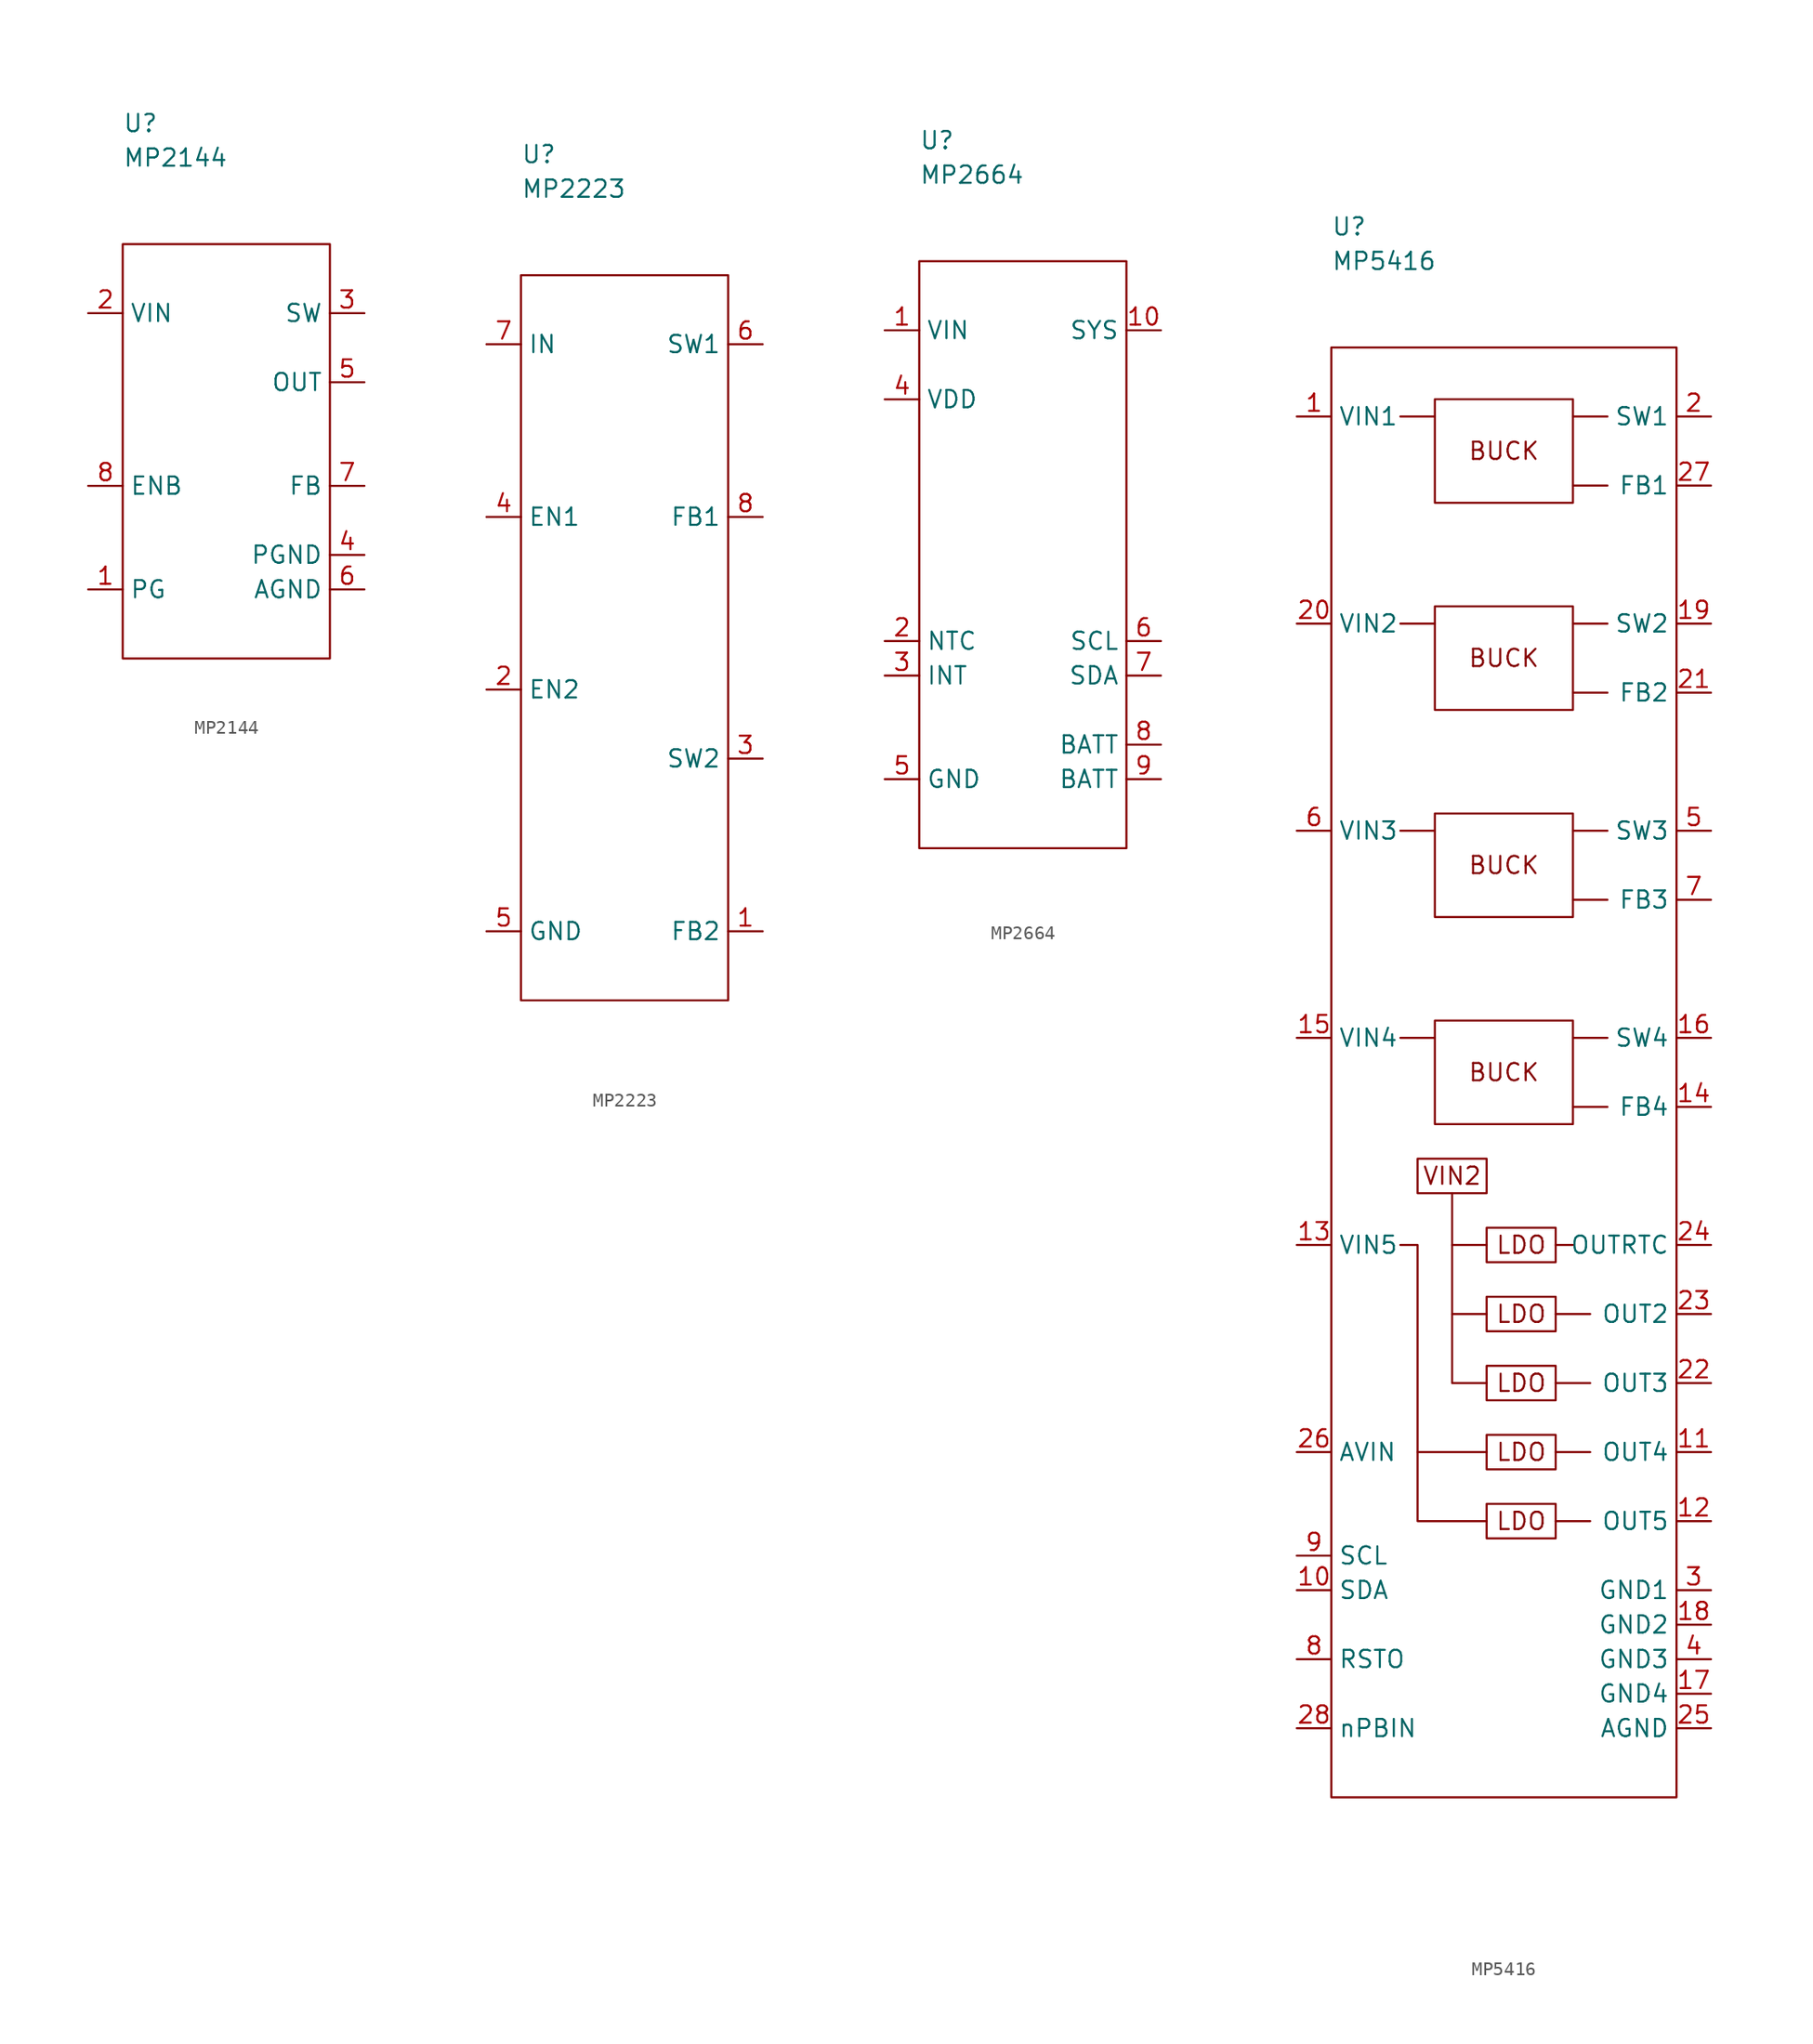
<source format=kicad_sym>
(kicad_symbol_lib
  (version 20211014)
  (generator kicad_symbol_editor)
  (symbol "MP2144"
    (property "Reference" "U"
      (at 0 8.89 0)
      (effects (font (size 1.27 1.27)) (justify left)))
    (property "Value" "MP2144"
      (at 0 6.35 0)
      (effects (font (size 1.27 1.27)) (justify left)))
    (symbol "MP2144_0_1"
      (rectangle (start 0 0) (end 15.24 -30.48) (stroke (width 0.152) (type default) (color 0 0 0 0)) (fill (type none))))
    (symbol "MP2144_1_1"
      (pin passive line (at -2.54 -25.4 0) (length 2.54) (name "PG" (effects (font (size 1.27 1.27)))) (number "1" (effects (font (size 1.27 1.27)))))
      (pin passive line (at -2.54 -5.08 0) (length 2.54) (name "VIN" (effects (font (size 1.27 1.27)))) (number "2" (effects (font (size 1.27 1.27)))))
      (pin passive line (at 17.78 -5.08 180) (length 2.54) (name "SW" (effects (font (size 1.27 1.27)))) (number "3" (effects (font (size 1.27 1.27)))))
      (pin passive line (at 17.78 -22.86 180) (length 2.54) (name "PGND" (effects (font (size 1.27 1.27)))) (number "4" (effects (font (size 1.27 1.27)))))
      (pin passive line (at 17.78 -10.16 180) (length 2.54) (name "OUT" (effects (font (size 1.27 1.27)))) (number "5" (effects (font (size 1.27 1.27)))))
      (pin passive line (at 17.78 -25.4 180) (length 2.54) (name "AGND" (effects (font (size 1.27 1.27)))) (number "6" (effects (font (size 1.27 1.27)))))
      (pin passive line (at 17.78 -17.78 180) (length 2.54) (name "FB" (effects (font (size 1.27 1.27)))) (number "7" (effects (font (size 1.27 1.27)))))
      (pin passive line (at -2.54 -17.78 0) (length 2.54) (name "ENB" (effects (font (size 1.27 1.27)))) (number "8" (effects (font (size 1.27 1.27)))))))
  (symbol "MP2223"
    (property "Reference" "U"
      (at 0 8.89 0)
      (effects (font (size 1.27 1.27)) (justify left)))
    (property "Value" "MP2223"
      (at 0 6.35 0)
      (effects (font (size 1.27 1.27)) (justify left)))
    (symbol "MP2223_0_1"
      (rectangle (start 0 0) (end 15.24 -53.34) (stroke (width 0.152) (type default) (color 0 0 0 0)) (fill (type none))))
    (symbol "MP2223_1_1"
      (pin passive line (at 17.78 -48.26 180) (length 2.54) (name "FB2" (effects (font (size 1.27 1.27)))) (number "1" (effects (font (size 1.27 1.27)))))
      (pin passive line (at -2.54 -30.48 0) (length 2.54) (name "EN2" (effects (font (size 1.27 1.27)))) (number "2" (effects (font (size 1.27 1.27)))))
      (pin passive line (at 17.78 -35.56 180) (length 2.54) (name "SW2" (effects (font (size 1.27 1.27)))) (number "3" (effects (font (size 1.27 1.27)))))
      (pin passive line (at -2.54 -17.78 0) (length 2.54) (name "EN1" (effects (font (size 1.27 1.27)))) (number "4" (effects (font (size 1.27 1.27)))))
      (pin passive line (at -2.54 -48.26 0) (length 2.54) (name "GND" (effects (font (size 1.27 1.27)))) (number "5" (effects (font (size 1.27 1.27)))))
      (pin passive line (at 17.78 -5.08 180) (length 2.54) (name "SW1" (effects (font (size 1.27 1.27)))) (number "6" (effects (font (size 1.27 1.27)))))
      (pin passive line (at -2.54 -5.08 0) (length 2.54) (name "IN" (effects (font (size 1.27 1.27)))) (number "7" (effects (font (size 1.27 1.27)))))
      (pin passive line (at 17.78 -17.78 180) (length 2.54) (name "FB1" (effects (font (size 1.27 1.27)))) (number "8" (effects (font (size 1.27 1.27)))))))
  (symbol "MP2664"
    (property "Reference" "U"
      (at 0 8.89 0)
      (effects (font (size 1.27 1.27)) (justify left)))
    (property "Value" "MP2664"
      (at 0 6.35 0)
      (effects (font (size 1.27 1.27)) (justify left)))
    (symbol "MP2664_0_1"
      (rectangle (start 0 0) (end 15.24 -43.18) (stroke (width 0) (type default) (color 0 0 0 0)) (fill (type none))))
    (symbol "MP2664_1_1"
      (pin passive line (at -2.54 -5.08 0) (length 2.54) (name "VIN" (effects (font (size 1.27 1.27)))) (number "1" (effects (font (size 1.27 1.27)))))
      (pin passive line (at 17.78 -5.08 180) (length 2.54) (name "SYS" (effects (font (size 1.27 1.27)))) (number "10" (effects (font (size 1.27 1.27)))))
      (pin passive line (at -2.54 -27.94 0) (length 2.54) (name "NTC" (effects (font (size 1.27 1.27)))) (number "2" (effects (font (size 1.27 1.27)))))
      (pin passive line (at -2.54 -30.48 0) (length 2.54) (name "INT" (effects (font (size 1.27 1.27)))) (number "3" (effects (font (size 1.27 1.27)))))
      (pin passive line (at -2.54 -10.16 0) (length 2.54) (name "VDD" (effects (font (size 1.27 1.27)))) (number "4" (effects (font (size 1.27 1.27)))))
      (pin passive line (at -2.54 -38.1 0) (length 2.54) (name "GND" (effects (font (size 1.27 1.27)))) (number "5" (effects (font (size 1.27 1.27)))))
      (pin passive line (at 17.78 -27.94 180) (length 2.54) (name "SCL" (effects (font (size 1.27 1.27)))) (number "6" (effects (font (size 1.27 1.27)))))
      (pin passive line (at 17.78 -30.48 180) (length 2.54) (name "SDA" (effects (font (size 1.27 1.27)))) (number "7" (effects (font (size 1.27 1.27)))))
      (pin passive line (at 17.78 -35.56 180) (length 2.54) (name "BATT" (effects (font (size 1.27 1.27)))) (number "8" (effects (font (size 1.27 1.27)))))
      (pin passive line (at 17.78 -38.1 180) (length 2.54) (name "BATT" (effects (font (size 1.27 1.27)))) (number "9" (effects (font (size 1.27 1.27)))))))
  (symbol "MP5416"
    (property "Reference" "U"
      (at 0 8.89 0)
      (effects (font (size 1.27 1.27)) (justify left)))
    (property "Value" "MP5416"
      (at 0 6.35 0)
      (effects (font (size 1.27 1.27)) (justify left)))
    (symbol "MP5416_0_0"
      (polyline (pts (xy 5.08 -50.8) (xy 7.62 -50.8)) (stroke (width 0) (type default) (color 0 0 0 0)) (fill (type none)))
      (polyline (pts (xy 5.08 -35.56) (xy 7.62 -35.56)) (stroke (width 0) (type default) (color 0 0 0 0)) (fill (type none)))
      (polyline (pts (xy 5.08 -20.32) (xy 7.62 -20.32)) (stroke (width 0) (type default) (color 0 0 0 0)) (fill (type none)))
      (polyline (pts (xy 5.08 -5.08) (xy 7.62 -5.08)) (stroke (width 0) (type default) (color 0 0 0 0)) (fill (type none)))
      (polyline (pts (xy 8.89 -66.04) (xy 8.89 -62.23)) (stroke (width 0) (type default) (color 0 0 0 0)) (fill (type none)))
      (polyline (pts (xy 11.43 -81.28) (xy 6.35 -81.28)) (stroke (width 0) (type default) (color 0 0 0 0)) (fill (type none)))
      (polyline (pts (xy 11.43 -71.12) (xy 8.89 -71.12)) (stroke (width 0) (type default) (color 0 0 0 0)) (fill (type none)))
      (polyline (pts (xy 11.43 -66.04) (xy 8.89 -66.04)) (stroke (width 0) (type default) (color 0 0 0 0)) (fill (type none)))
      (polyline (pts (xy 17.78 -66.04) (xy 16.51 -66.04)) (stroke (width 0) (type default) (color 0 0 0 0)) (fill (type none)))
      (polyline (pts (xy 19.05 -86.36) (xy 16.51 -86.36)) (stroke (width 0) (type default) (color 0 0 0 0)) (fill (type none)))
      (polyline (pts (xy 19.05 -81.28) (xy 16.51 -81.28)) (stroke (width 0) (type default) (color 0 0 0 0)) (fill (type none)))
      (polyline (pts (xy 19.05 -76.2) (xy 16.51 -76.2)) (stroke (width 0) (type default) (color 0 0 0 0)) (fill (type none)))
      (polyline (pts (xy 19.05 -71.12) (xy 16.51 -71.12)) (stroke (width 0) (type default) (color 0 0 0 0)) (fill (type none)))
      (polyline (pts (xy 20.32 -55.88) (xy 17.78 -55.88)) (stroke (width 0) (type default) (color 0 0 0 0)) (fill (type none)))
      (polyline (pts (xy 20.32 -50.8) (xy 17.78 -50.8)) (stroke (width 0) (type default) (color 0 0 0 0)) (fill (type none)))
      (polyline (pts (xy 20.32 -40.64) (xy 17.78 -40.64)) (stroke (width 0) (type default) (color 0 0 0 0)) (fill (type none)))
      (polyline (pts (xy 20.32 -35.56) (xy 17.78 -35.56)) (stroke (width 0) (type default) (color 0 0 0 0)) (fill (type none)))
      (polyline (pts (xy 20.32 -25.4) (xy 17.78 -25.4)) (stroke (width 0) (type default) (color 0 0 0 0)) (fill (type none)))
      (polyline (pts (xy 20.32 -20.32) (xy 17.78 -20.32)) (stroke (width 0) (type default) (color 0 0 0 0)) (fill (type none)))
      (polyline (pts (xy 20.32 -10.16) (xy 17.78 -10.16)) (stroke (width 0) (type default) (color 0 0 0 0)) (fill (type none)))
      (polyline (pts (xy 20.32 -5.08) (xy 17.78 -5.08)) (stroke (width 0) (type default) (color 0 0 0 0)) (fill (type none)))
      (polyline (pts (xy 11.43 -76.2) (xy 8.89 -76.2) (xy 8.89 -66.04)) (stroke (width 0) (type default) (color 0 0 0 0)) (fill (type none)))
      (polyline (pts (xy 11.43 -86.36) (xy 6.35 -86.36) (xy 6.35 -66.04) (xy 5.08 -66.04)) (stroke (width 0) (type default) (color 0 0 0 0)) (fill (type none)))
      (rectangle (start 6.35 -59.69) (end 11.43 -62.23) (stroke (width 0) (type default) (color 0 0 0 0)) (fill (type none)))
      (rectangle (start 7.62 -49.53) (end 17.78 -57.15) (stroke (width 0) (type default) (color 0 0 0 0)) (fill (type none)))
      (rectangle (start 7.62 -34.29) (end 17.78 -41.91) (stroke (width 0) (type default) (color 0 0 0 0)) (fill (type none)))
      (rectangle (start 7.62 -19.05) (end 17.78 -26.67) (stroke (width 0) (type default) (color 0 0 0 0)) (fill (type none)))
      (rectangle (start 7.62 -3.81) (end 17.78 -11.43) (stroke (width 0) (type default) (color 0 0 0 0)) (fill (type none)))
      (rectangle (start 11.43 -85.09) (end 16.51 -87.63) (stroke (width 0) (type default) (color 0 0 0 0)) (fill (type none)))
      (rectangle (start 11.43 -80.01) (end 16.51 -82.55) (stroke (width 0) (type default) (color 0 0 0 0)) (fill (type none)))
      (rectangle (start 11.43 -74.93) (end 16.51 -77.47) (stroke (width 0) (type default) (color 0 0 0 0)) (fill (type none)))
      (rectangle (start 11.43 -69.85) (end 16.51 -72.39) (stroke (width 0) (type default) (color 0 0 0 0)) (fill (type none)))
      (rectangle (start 11.43 -64.77) (end 16.51 -67.31) (stroke (width 0) (type default) (color 0 0 0 0)) (fill (type none)))
      (text "BUCK" (at 12.7 -53.34 0) (effects (font (size 1.27 1.27))))
      (text "BUCK" (at 12.7 -38.1 0) (effects (font (size 1.27 1.27))))
      (text "BUCK" (at 12.7 -22.86 0) (effects (font (size 1.27 1.27))))
      (text "BUCK" (at 12.7 -7.62 0) (effects (font (size 1.27 1.27))))
      (text "LDO" (at 13.97 -86.36 0) (effects (font (size 1.27 1.27))))
      (text "LDO" (at 13.97 -81.28 0) (effects (font (size 1.27 1.27))))
      (text "LDO" (at 13.97 -76.2 0) (effects (font (size 1.27 1.27))))
      (text "LDO" (at 13.97 -71.12 0) (effects (font (size 1.27 1.27))))
      (text "LDO" (at 13.97 -66.04 0) (effects (font (size 1.27 1.27))))
      (text "VIN2" (at 8.89 -60.96 0) (effects (font (size 1.27 1.27)))))
    (symbol "MP5416_0_1"
      (rectangle (start 0 0) (end 25.4 -106.68) (stroke (width 0) (type default) (color 0 0 0 0)) (fill (type none))))
    (symbol "MP5416_1_1"
      (pin passive line (at -2.54 -5.08 0) (length 2.54) (name "VIN1" (effects (font (size 1.27 1.27)))) (number "1" (effects (font (size 1.27 1.27)))))
      (pin passive line (at -2.54 -91.44 0) (length 2.54) (name "SDA" (effects (font (size 1.27 1.27)))) (number "10" (effects (font (size 1.27 1.27)))))
      (pin passive line (at 27.94 -81.28 180) (length 2.54) (name "OUT4" (effects (font (size 1.27 1.27)))) (number "11" (effects (font (size 1.27 1.27)))))
      (pin passive line (at 27.94 -86.36 180) (length 2.54) (name "OUT5" (effects (font (size 1.27 1.27)))) (number "12" (effects (font (size 1.27 1.27)))))
      (pin passive line (at -2.54 -66.04 0) (length 2.54) (name "VIN5" (effects (font (size 1.27 1.27)))) (number "13" (effects (font (size 1.27 1.27)))))
      (pin passive line (at 27.94 -55.88 180) (length 2.54) (name "FB4" (effects (font (size 1.27 1.27)))) (number "14" (effects (font (size 1.27 1.27)))))
      (pin passive line (at -2.54 -50.8 0) (length 2.54) (name "VIN4" (effects (font (size 1.27 1.27)))) (number "15" (effects (font (size 1.27 1.27)))))
      (pin passive line (at 27.94 -50.8 180) (length 2.54) (name "SW4" (effects (font (size 1.27 1.27)))) (number "16" (effects (font (size 1.27 1.27)))))
      (pin passive line (at 27.94 -99.06 180) (length 2.54) (name "GND4" (effects (font (size 1.27 1.27)))) (number "17" (effects (font (size 1.27 1.27)))))
      (pin passive line (at 27.94 -93.98 180) (length 2.54) (name "GND2" (effects (font (size 1.27 1.27)))) (number "18" (effects (font (size 1.27 1.27)))))
      (pin passive line (at 27.94 -20.32 180) (length 2.54) (name "SW2" (effects (font (size 1.27 1.27)))) (number "19" (effects (font (size 1.27 1.27)))))
      (pin passive line (at 27.94 -5.08 180) (length 2.54) (name "SW1" (effects (font (size 1.27 1.27)))) (number "2" (effects (font (size 1.27 1.27)))))
      (pin passive line (at -2.54 -20.32 0) (length 2.54) (name "VIN2" (effects (font (size 1.27 1.27)))) (number "20" (effects (font (size 1.27 1.27)))))
      (pin passive line (at 27.94 -25.4 180) (length 2.54) (name "FB2" (effects (font (size 1.27 1.27)))) (number "21" (effects (font (size 1.27 1.27)))))
      (pin passive line (at 27.94 -76.2 180) (length 2.54) (name "OUT3" (effects (font (size 1.27 1.27)))) (number "22" (effects (font (size 1.27 1.27)))))
      (pin passive line (at 27.94 -71.12 180) (length 2.54) (name "OUT2" (effects (font (size 1.27 1.27)))) (number "23" (effects (font (size 1.27 1.27)))))
      (pin passive line (at 27.94 -66.04 180) (length 2.54) (name "OUTRTC" (effects (font (size 1.27 1.27)))) (number "24" (effects (font (size 1.27 1.27)))))
      (pin passive line (at 27.94 -101.6 180) (length 2.54) (name "AGND" (effects (font (size 1.27 1.27)))) (number "25" (effects (font (size 1.27 1.27)))))
      (pin passive line (at -2.54 -81.28 0) (length 2.54) (name "AVIN" (effects (font (size 1.27 1.27)))) (number "26" (effects (font (size 1.27 1.27)))))
      (pin passive line (at 27.94 -10.16 180) (length 2.54) (name "FB1" (effects (font (size 1.27 1.27)))) (number "27" (effects (font (size 1.27 1.27)))))
      (pin passive line (at -2.54 -101.6 0) (length 2.54) (name "nPBIN" (effects (font (size 1.27 1.27)))) (number "28" (effects (font (size 1.27 1.27)))))
      (pin passive line (at 27.94 -91.44 180) (length 2.54) (name "GND1" (effects (font (size 1.27 1.27)))) (number "3" (effects (font (size 1.27 1.27)))))
      (pin passive line (at 27.94 -96.52 180) (length 2.54) (name "GND3" (effects (font (size 1.27 1.27)))) (number "4" (effects (font (size 1.27 1.27)))))
      (pin passive line (at 27.94 -35.56 180) (length 2.54) (name "SW3" (effects (font (size 1.27 1.27)))) (number "5" (effects (font (size 1.27 1.27)))))
      (pin passive line (at -2.54 -35.56 0) (length 2.54) (name "VIN3" (effects (font (size 1.27 1.27)))) (number "6" (effects (font (size 1.27 1.27)))))
      (pin passive line (at 27.94 -40.64 180) (length 2.54) (name "FB3" (effects (font (size 1.27 1.27)))) (number "7" (effects (font (size 1.27 1.27)))))
      (pin passive line (at -2.54 -96.52 0) (length 2.54) (name "RSTO" (effects (font (size 1.27 1.27)))) (number "8" (effects (font (size 1.27 1.27)))))
      (pin passive line (at -2.54 -88.9 0) (length 2.54) (name "SCL" (effects (font (size 1.27 1.27)))) (number "9" (effects (font (size 1.27 1.27))))))))
</source>
